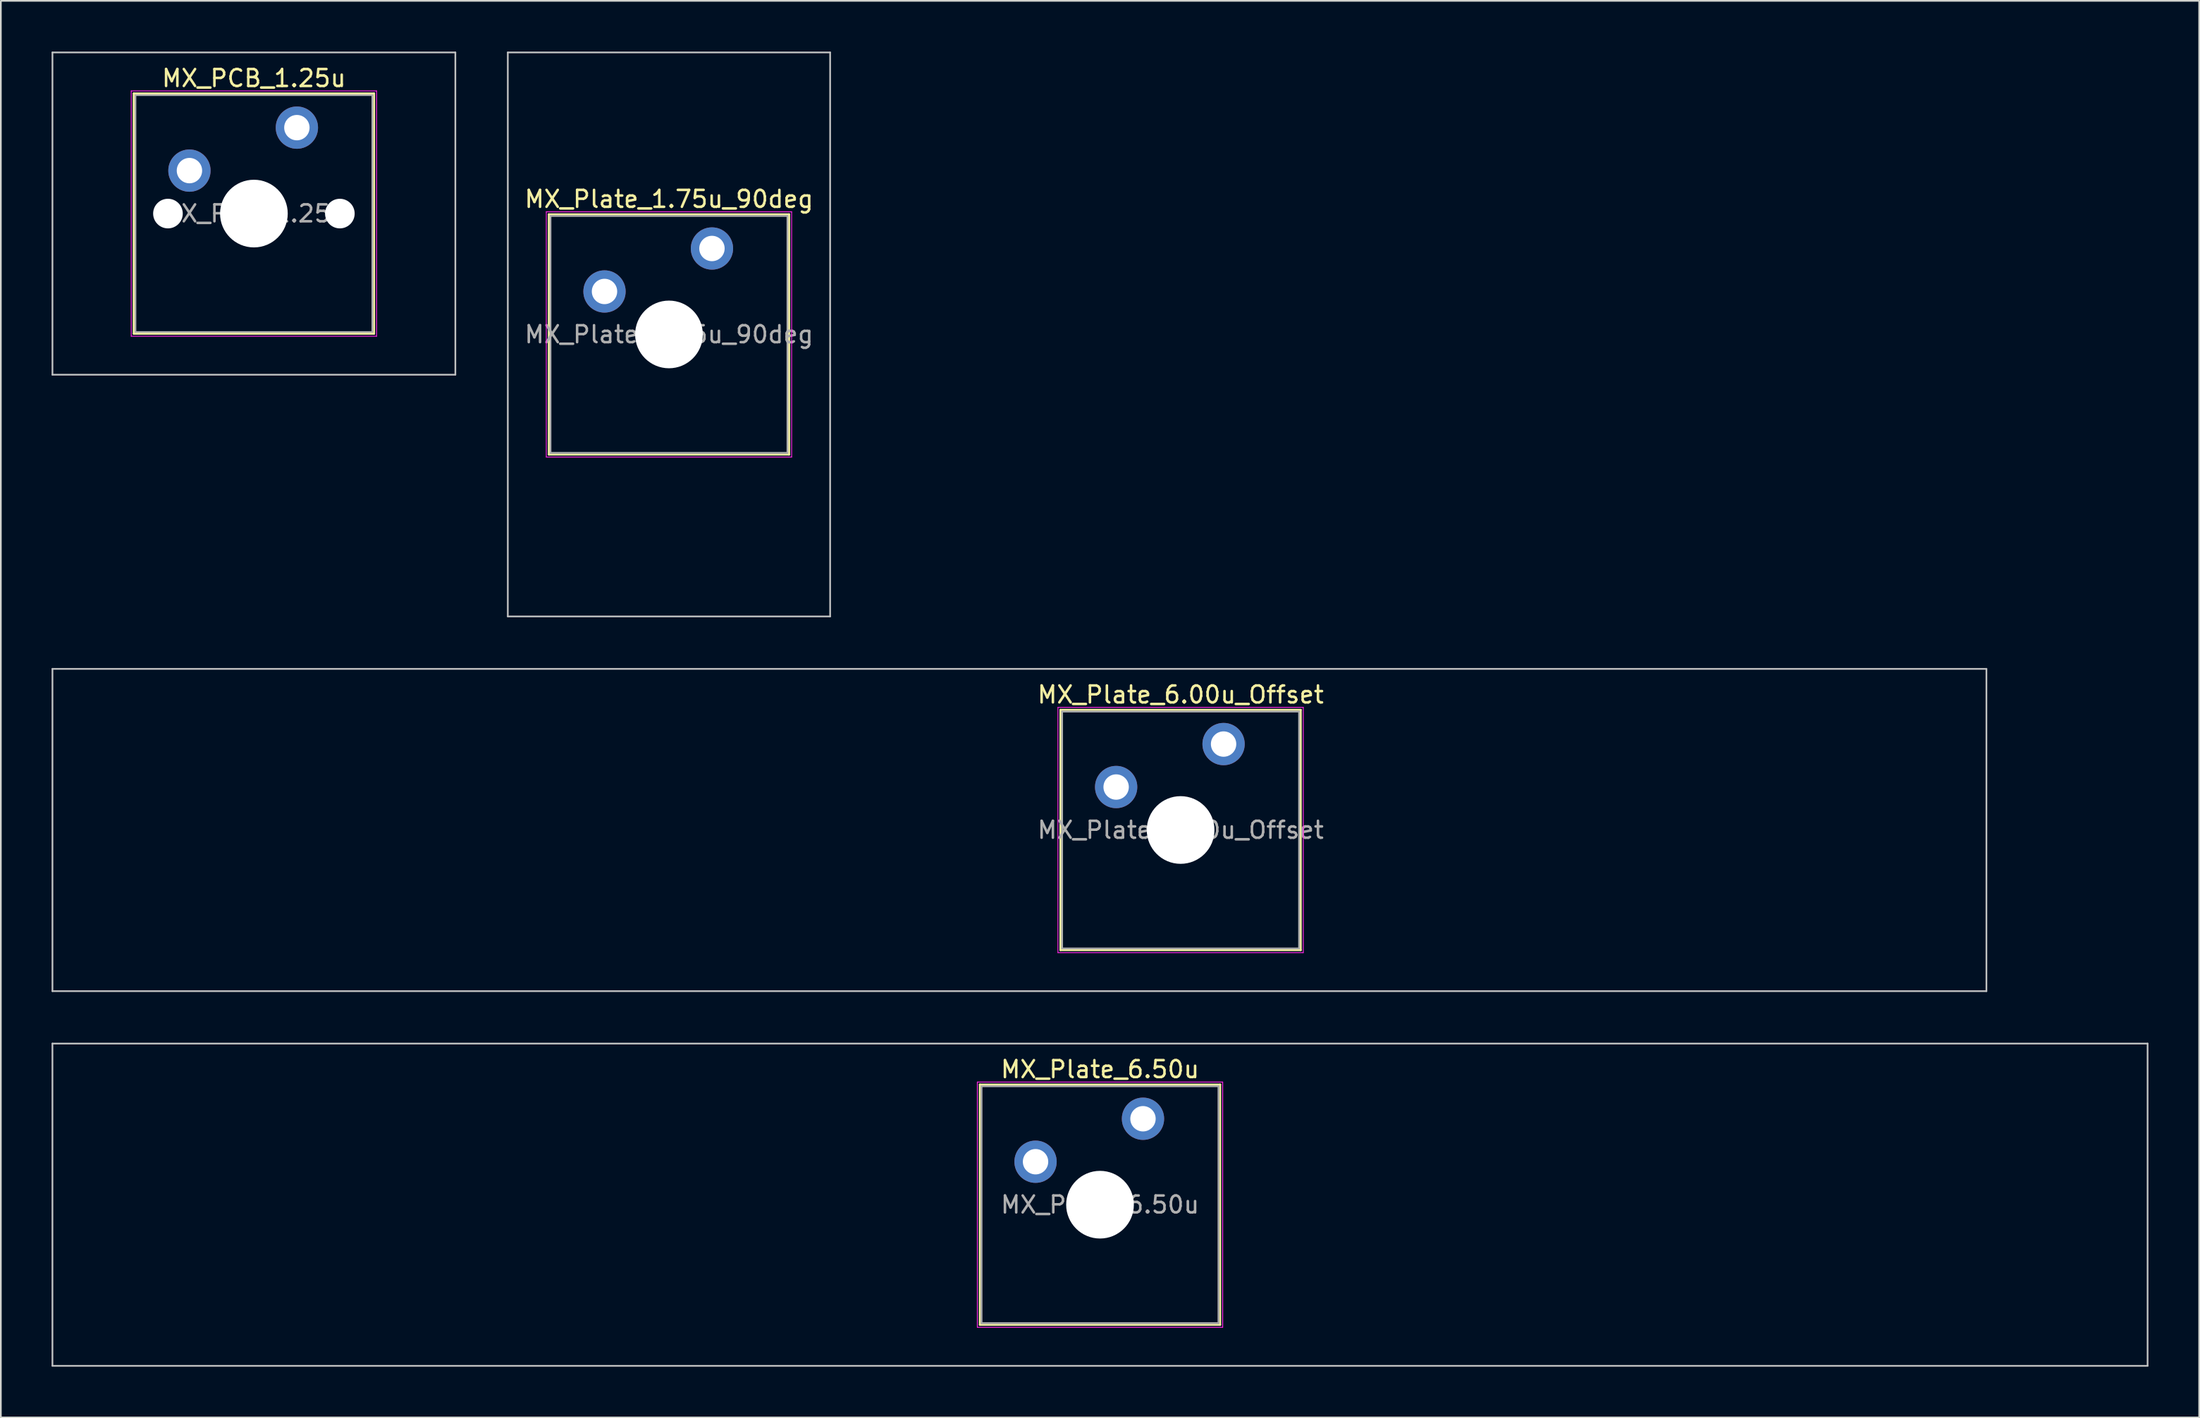
<source format=kicad_pcb>
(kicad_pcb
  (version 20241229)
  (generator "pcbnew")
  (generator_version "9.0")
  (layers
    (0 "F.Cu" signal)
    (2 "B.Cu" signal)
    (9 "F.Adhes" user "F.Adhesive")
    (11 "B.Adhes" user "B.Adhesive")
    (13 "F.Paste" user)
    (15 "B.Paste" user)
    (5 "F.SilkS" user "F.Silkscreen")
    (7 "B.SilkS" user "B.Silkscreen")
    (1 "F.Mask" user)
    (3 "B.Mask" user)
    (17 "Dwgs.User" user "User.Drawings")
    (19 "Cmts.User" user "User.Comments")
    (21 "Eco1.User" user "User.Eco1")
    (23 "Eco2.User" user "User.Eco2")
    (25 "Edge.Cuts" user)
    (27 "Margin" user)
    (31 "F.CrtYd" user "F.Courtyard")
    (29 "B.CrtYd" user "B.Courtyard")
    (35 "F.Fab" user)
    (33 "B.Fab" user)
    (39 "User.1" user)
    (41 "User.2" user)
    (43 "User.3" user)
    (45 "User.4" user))
  (footprint "MX_Plate_6.50u"
    (layer "F.Cu")
    (at 61.962 68.162)
    (property "Reference" "MX_Plate_6.50u" (at 0 -8 0) (layer "F.SilkS") (effects (font (size 1 1) (thickness 0.15))))
    (attr through_hole)
    (fp_line (start -7.1 -7.1) (end -7.1 7.1) (stroke (width 0.12) (type solid)) (layer "F.SilkS"))
    (fp_line (start -7.1 7.1) (end 7.1 7.1) (stroke (width 0.12) (type solid)) (layer "F.SilkS"))
    (fp_line (start 7.1 -7.1) (end -7.1 -7.1) (stroke (width 0.12) (type solid)) (layer "F.SilkS"))
    (fp_line (start 7.1 7.1) (end 7.1 -7.1) (stroke (width 0.12) (type solid)) (layer "F.SilkS"))
    (fp_line (start -61.913 -9.525) (end -61.913 9.525) (stroke (width 0.1) (type solid)) (layer "Dwgs.User"))
    (fp_line (start -61.913 9.525) (end 61.913 9.525) (stroke (width 0.1) (type solid)) (layer "Dwgs.User"))
    (fp_line (start 61.913 -9.525) (end -61.913 -9.525) (stroke (width 0.1) (type solid)) (layer "Dwgs.User"))
    (fp_line (start 61.913 9.525) (end 61.913 -9.525) (stroke (width 0.1) (type solid)) (layer "Dwgs.User"))
    (fp_line (start -7 -7) (end -7 7) (stroke (width 0.1) (type solid)) (layer "Eco1.User"))
    (fp_line (start -7 7) (end 7 7) (stroke (width 0.1) (type solid)) (layer "Eco1.User"))
    (fp_line (start 7 -7) (end -7 -7) (stroke (width 0.1) (type solid)) (layer "Eco1.User"))
    (fp_line (start 7 7) (end 7 -7) (stroke (width 0.1) (type solid)) (layer "Eco1.User"))
    (fp_line (start -7.25 -7.25) (end -7.25 7.25) (stroke (width 0.05) (type solid)) (layer "F.CrtYd"))
    (fp_line (start -7.25 7.25) (end 7.25 7.25) (stroke (width 0.05) (type solid)) (layer "F.CrtYd"))
    (fp_line (start 7.25 -7.25) (end -7.25 -7.25) (stroke (width 0.05) (type solid)) (layer "F.CrtYd"))
    (fp_line (start 7.25 7.25) (end 7.25 -7.25) (stroke (width 0.05) (type solid)) (layer "F.CrtYd"))
    (fp_line (start -7 -7) (end -7 7) (stroke (width 0.1) (type solid)) (layer "F.Fab"))
    (fp_line (start -7 7) (end 7 7) (stroke (width 0.1) (type solid)) (layer "F.Fab"))
    (fp_line (start 7 -7) (end -7 -7) (stroke (width 0.1) (type solid)) (layer "F.Fab"))
    (fp_line (start 7 7) (end 7 -7) (stroke (width 0.1) (type solid)) (layer "F.Fab"))
    (fp_text user "${REFERENCE}" (at 0 0 0) (layer "F.Fab") (effects (font (size 1 1) (thickness 0.15))))
    (pad "" np_thru_hole circle (at 0 0) (size 4 4) (drill 4) (layers "*.Cu" "*.Mask"))
    (pad "1" thru_hole circle (at -3.81 -2.54) (size 2.5 2.5) (drill 1.5) (layers "*.Cu" "*.Mask"))
    (pad "2" thru_hole circle (at 2.54 -5.08) (size 2.5 2.5) (drill 1.5) (layers "*.Cu" "*.Mask")))
  (footprint "MX_PCB_1.25u"
    (layer "F.Cu")
    (at 11.956 9.575)
    (property "Reference" "MX_PCB_1.25u" (at 0 -8 0) (layer "F.SilkS") (effects (font (size 1 1) (thickness 0.15))))
    (attr through_hole)
    (fp_line (start -7.1 -7.1) (end -7.1 7.1) (stroke (width 0.12) (type solid)) (layer "F.SilkS"))
    (fp_line (start -7.1 7.1) (end 7.1 7.1) (stroke (width 0.12) (type solid)) (layer "F.SilkS"))
    (fp_line (start 7.1 -7.1) (end -7.1 -7.1) (stroke (width 0.12) (type solid)) (layer "F.SilkS"))
    (fp_line (start 7.1 7.1) (end 7.1 -7.1) (stroke (width 0.12) (type solid)) (layer "F.SilkS"))
    (fp_line (start -11.906 -9.525) (end -11.906 9.525) (stroke (width 0.1) (type solid)) (layer "Dwgs.User"))
    (fp_line (start -11.906 9.525) (end 11.906 9.525) (stroke (width 0.1) (type solid)) (layer "Dwgs.User"))
    (fp_line (start 11.906 -9.525) (end -11.906 -9.525) (stroke (width 0.1) (type solid)) (layer "Dwgs.User"))
    (fp_line (start 11.906 9.525) (end 11.906 -9.525) (stroke (width 0.1) (type solid)) (layer "Dwgs.User"))
    (fp_line (start -7 -7) (end -7 7) (stroke (width 0.1) (type solid)) (layer "Eco1.User"))
    (fp_line (start -7 7) (end 7 7) (stroke (width 0.1) (type solid)) (layer "Eco1.User"))
    (fp_line (start 7 -7) (end -7 -7) (stroke (width 0.1) (type solid)) (layer "Eco1.User"))
    (fp_line (start 7 7) (end 7 -7) (stroke (width 0.1) (type solid)) (layer "Eco1.User"))
    (fp_line (start -7.25 -7.25) (end -7.25 7.25) (stroke (width 0.05) (type solid)) (layer "F.CrtYd"))
    (fp_line (start -7.25 7.25) (end 7.25 7.25) (stroke (width 0.05) (type solid)) (layer "F.CrtYd"))
    (fp_line (start 7.25 -7.25) (end -7.25 -7.25) (stroke (width 0.05) (type solid)) (layer "F.CrtYd"))
    (fp_line (start 7.25 7.25) (end 7.25 -7.25) (stroke (width 0.05) (type solid)) (layer "F.CrtYd"))
    (fp_line (start -7 -7) (end -7 7) (stroke (width 0.1) (type solid)) (layer "F.Fab"))
    (fp_line (start -7 7) (end 7 7) (stroke (width 0.1) (type solid)) (layer "F.Fab"))
    (fp_line (start 7 -7) (end -7 -7) (stroke (width 0.1) (type solid)) (layer "F.Fab"))
    (fp_line (start 7 7) (end 7 -7) (stroke (width 0.1) (type solid)) (layer "F.Fab"))
    (fp_text user "${REFERENCE}" (at 0 0 0) (layer "F.Fab") (effects (font (size 1 1) (thickness 0.15))))
    (pad "" np_thru_hole circle (at -5.08 0) (size 1.75 1.75) (drill 1.75) (layers "*.Cu" "*.Mask"))
    (pad "" np_thru_hole circle (at 0 0) (size 4 4) (drill 4) (layers "*.Cu" "*.Mask"))
    (pad "" np_thru_hole circle (at 5.08 0) (size 1.75 1.75) (drill 1.75) (layers "*.Cu" "*.Mask"))
    (pad "1" thru_hole circle (at -3.81 -2.54) (size 2.5 2.5) (drill 1.5) (layers "*.Cu" "*.Mask"))
    (pad "2" thru_hole circle (at 2.54 -5.08) (size 2.5 2.5) (drill 1.5) (layers "*.Cu" "*.Mask")))
  (footprint "MX_Plate_1.75u_90deg"
    (layer "F.Cu")
    (at 36.487 16.719)
    (property "Reference" "MX_Plate_1.75u_90deg" (at 0 -8 0) (layer "F.SilkS") (effects (font (size 1 1) (thickness 0.15))))
    (attr through_hole)
    (fp_line (start -7.1 -7.1) (end -7.1 7.1) (stroke (width 0.12) (type solid)) (layer "F.SilkS"))
    (fp_line (start -7.1 7.1) (end 7.1 7.1) (stroke (width 0.12) (type solid)) (layer "F.SilkS"))
    (fp_line (start 7.1 -7.1) (end -7.1 -7.1) (stroke (width 0.12) (type solid)) (layer "F.SilkS"))
    (fp_line (start 7.1 7.1) (end 7.1 -7.1) (stroke (width 0.12) (type solid)) (layer "F.SilkS"))
    (fp_line (start -9.525 -16.669) (end 9.525 -16.669) (stroke (width 0.1) (type solid)) (layer "Dwgs.User"))
    (fp_line (start -9.525 16.669) (end -9.525 -16.669) (stroke (width 0.1) (type solid)) (layer "Dwgs.User"))
    (fp_line (start 9.525 -16.669) (end 9.525 16.669) (stroke (width 0.1) (type solid)) (layer "Dwgs.User"))
    (fp_line (start 9.525 16.669) (end -9.525 16.669) (stroke (width 0.1) (type solid)) (layer "Dwgs.User"))
    (fp_line (start -7 -7) (end -7 7) (stroke (width 0.1) (type solid)) (layer "Eco1.User"))
    (fp_line (start -7 7) (end 7 7) (stroke (width 0.1) (type solid)) (layer "Eco1.User"))
    (fp_line (start 7 -7) (end -7 -7) (stroke (width 0.1) (type solid)) (layer "Eco1.User"))
    (fp_line (start 7 7) (end 7 -7) (stroke (width 0.1) (type solid)) (layer "Eco1.User"))
    (fp_line (start -7.25 -7.25) (end -7.25 7.25) (stroke (width 0.05) (type solid)) (layer "F.CrtYd"))
    (fp_line (start -7.25 7.25) (end 7.25 7.25) (stroke (width 0.05) (type solid)) (layer "F.CrtYd"))
    (fp_line (start 7.25 -7.25) (end -7.25 -7.25) (stroke (width 0.05) (type solid)) (layer "F.CrtYd"))
    (fp_line (start 7.25 7.25) (end 7.25 -7.25) (stroke (width 0.05) (type solid)) (layer "F.CrtYd"))
    (fp_line (start -7 -7) (end -7 7) (stroke (width 0.1) (type solid)) (layer "F.Fab"))
    (fp_line (start -7 7) (end 7 7) (stroke (width 0.1) (type solid)) (layer "F.Fab"))
    (fp_line (start 7 -7) (end -7 -7) (stroke (width 0.1) (type solid)) (layer "F.Fab"))
    (fp_line (start 7 7) (end 7 -7) (stroke (width 0.1) (type solid)) (layer "F.Fab"))
    (fp_text user "${REFERENCE}" (at 0 0 0) (layer "F.Fab") (effects (font (size 1 1) (thickness 0.15))))
    (pad "" np_thru_hole circle (at 0 0) (size 4 4) (drill 4) (layers "*.Cu" "*.Mask"))
    (pad "1" thru_hole circle (at -3.81 -2.54) (size 2.5 2.5) (drill 1.5) (layers "*.Cu" "*.Mask"))
    (pad "2" thru_hole circle (at 2.54 -5.08) (size 2.5 2.5) (drill 1.5) (layers "*.Cu" "*.Mask")))
  (footprint "MX_Plate_6.00u_Offset"
    (layer "F.Cu")
    (at 66.725 46.013)
    (property "Reference" "MX_Plate_6.00u_Offset" (at 0 -8 0) (layer "F.SilkS") (effects (font (size 1 1) (thickness 0.15))))
    (attr through_hole)
    (fp_line (start -7.1 -7.1) (end -7.1 7.1) (stroke (width 0.12) (type solid)) (layer "F.SilkS"))
    (fp_line (start -7.1 7.1) (end 7.1 7.1) (stroke (width 0.12) (type solid)) (layer "F.SilkS"))
    (fp_line (start 7.1 -7.1) (end -7.1 -7.1) (stroke (width 0.12) (type solid)) (layer "F.SilkS"))
    (fp_line (start 7.1 7.1) (end 7.1 -7.1) (stroke (width 0.12) (type solid)) (layer "F.SilkS"))
    (fp_line (start -66.675 -9.525) (end -66.675 9.525) (stroke (width 0.1) (type solid)) (layer "Dwgs.User"))
    (fp_line (start -66.675 9.525) (end 47.625 9.525) (stroke (width 0.1) (type solid)) (layer "Dwgs.User"))
    (fp_line (start 47.625 -9.525) (end -66.675 -9.525) (stroke (width 0.1) (type solid)) (layer "Dwgs.User"))
    (fp_line (start 47.625 9.525) (end 47.625 -9.525) (stroke (width 0.1) (type solid)) (layer "Dwgs.User"))
    (fp_line (start -7 -7) (end -7 7) (stroke (width 0.1) (type solid)) (layer "Eco1.User"))
    (fp_line (start -7 7) (end 7 7) (stroke (width 0.1) (type solid)) (layer "Eco1.User"))
    (fp_line (start 7 -7) (end -7 -7) (stroke (width 0.1) (type solid)) (layer "Eco1.User"))
    (fp_line (start 7 7) (end 7 -7) (stroke (width 0.1) (type solid)) (layer "Eco1.User"))
    (fp_line (start -7.25 -7.25) (end -7.25 7.25) (stroke (width 0.05) (type solid)) (layer "F.CrtYd"))
    (fp_line (start -7.25 7.25) (end 7.25 7.25) (stroke (width 0.05) (type solid)) (layer "F.CrtYd"))
    (fp_line (start 7.25 -7.25) (end -7.25 -7.25) (stroke (width 0.05) (type solid)) (layer "F.CrtYd"))
    (fp_line (start 7.25 7.25) (end 7.25 -7.25) (stroke (width 0.05) (type solid)) (layer "F.CrtYd"))
    (fp_line (start -7 -7) (end -7 7) (stroke (width 0.1) (type solid)) (layer "F.Fab"))
    (fp_line (start -7 7) (end 7 7) (stroke (width 0.1) (type solid)) (layer "F.Fab"))
    (fp_line (start 7 -7) (end -7 -7) (stroke (width 0.1) (type solid)) (layer "F.Fab"))
    (fp_line (start 7 7) (end 7 -7) (stroke (width 0.1) (type solid)) (layer "F.Fab"))
    (fp_text user "${REFERENCE}" (at 0 0 0) (layer "F.Fab") (effects (font (size 1 1) (thickness 0.15))))
    (pad "" np_thru_hole circle (at 0 0) (size 4 4) (drill 4) (layers "*.Cu" "*.Mask"))
    (pad "1" thru_hole circle (at -3.81 -2.54) (size 2.5 2.5) (drill 1.5) (layers "*.Cu" "*.Mask"))
    (pad "2" thru_hole circle (at 2.54 -5.08) (size 2.5 2.5) (drill 1.5) (layers "*.Cu" "*.Mask")))
  (gr_rect
    (start -3 -3)
    (end 126.925 80.737)
    (stroke (width 0.1) (type default))
    (fill no)
    (layer "Edge.Cuts")))
</source>
